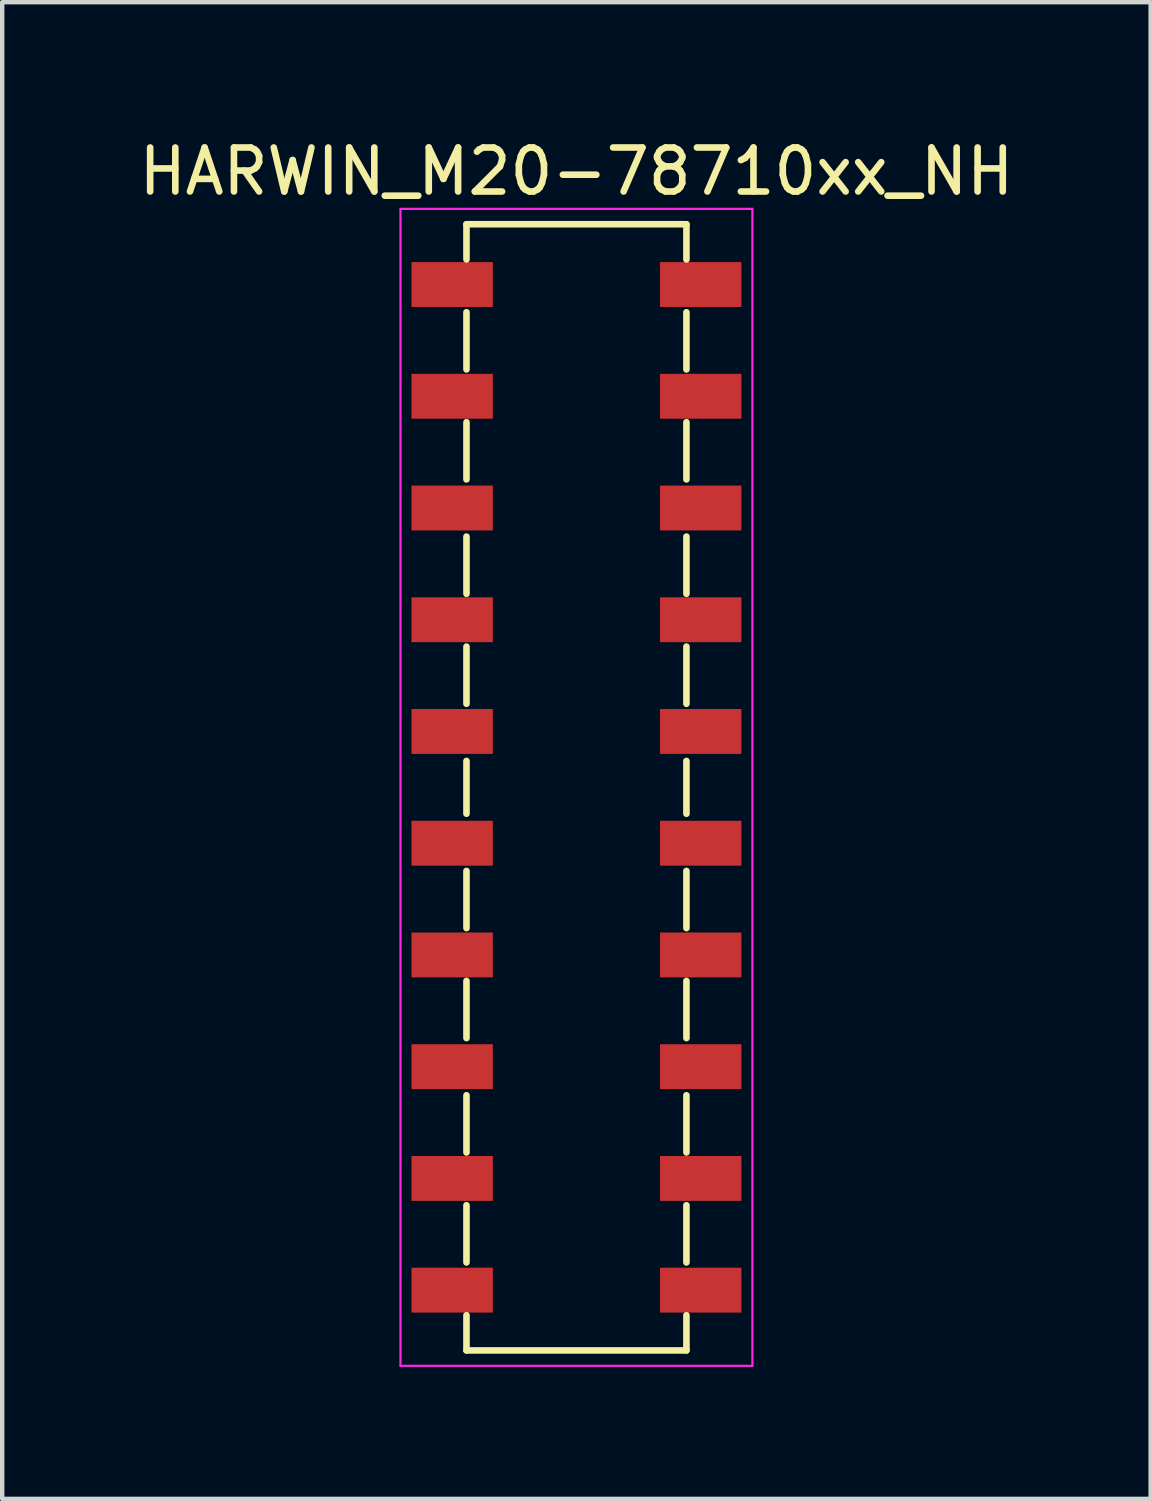
<source format=kicad_pcb>
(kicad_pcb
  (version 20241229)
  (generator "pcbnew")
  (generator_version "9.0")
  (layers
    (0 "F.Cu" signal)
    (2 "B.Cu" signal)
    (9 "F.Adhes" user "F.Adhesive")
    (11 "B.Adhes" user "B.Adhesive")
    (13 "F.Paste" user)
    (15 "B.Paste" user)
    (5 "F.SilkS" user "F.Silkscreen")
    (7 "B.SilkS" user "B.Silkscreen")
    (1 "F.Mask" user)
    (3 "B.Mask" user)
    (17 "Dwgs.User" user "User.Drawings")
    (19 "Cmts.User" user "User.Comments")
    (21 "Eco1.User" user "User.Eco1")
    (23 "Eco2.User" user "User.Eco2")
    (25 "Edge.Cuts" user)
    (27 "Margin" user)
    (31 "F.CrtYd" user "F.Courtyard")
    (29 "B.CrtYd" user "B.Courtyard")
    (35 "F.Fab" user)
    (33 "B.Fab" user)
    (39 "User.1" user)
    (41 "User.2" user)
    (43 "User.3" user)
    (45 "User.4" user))
  (footprint "HARWIN_M20-78710xx_NH"
    (layer "F.Cu")
    (at 10.054 14.848)
    (property "Reference" "HARWIN_M20-78710xx_NH" (at 0 -14 0) (layer "F.SilkS") (effects (font (size 1 1) (thickness 0.15))))
    (attr through_hole)
    (fp_line (start -2.5 -12.8) (end 2.5 -12.8) (stroke (width 0.15) (type solid)) (layer "F.SilkS"))
    (fp_line (start -2.5 -12) (end -2.5 -12.8) (stroke (width 0.15) (type solid)) (layer "F.SilkS"))
    (fp_line (start -2.5 -10.8) (end -2.5 -9.5) (stroke (width 0.15) (type solid)) (layer "F.SilkS"))
    (fp_line (start -2.5 -8.3) (end -2.5 -7) (stroke (width 0.15) (type solid)) (layer "F.SilkS"))
    (fp_line (start -2.5 -5.7) (end -2.5 -4.4) (stroke (width 0.15) (type solid)) (layer "F.SilkS"))
    (fp_line (start -2.5 -3.2) (end -2.5 -1.9) (stroke (width 0.15) (type solid)) (layer "F.SilkS"))
    (fp_line (start -2.5 -0.6) (end -2.5 0.6) (stroke (width 0.15) (type solid)) (layer "F.SilkS"))
    (fp_line (start -2.5 1.9) (end -2.5 3.2) (stroke (width 0.15) (type solid)) (layer "F.SilkS"))
    (fp_line (start -2.5 4.4) (end -2.5 5.7) (stroke (width 0.15) (type solid)) (layer "F.SilkS"))
    (fp_line (start -2.5 7) (end -2.5 8.3) (stroke (width 0.15) (type solid)) (layer "F.SilkS"))
    (fp_line (start -2.5 9.5) (end -2.5 10.8) (stroke (width 0.15) (type solid)) (layer "F.SilkS"))
    (fp_line (start -2.5 12) (end -2.5 12.8) (stroke (width 0.15) (type solid)) (layer "F.SilkS"))
    (fp_line (start -2.5 12.8) (end 2.5 12.8) (stroke (width 0.15) (type solid)) (layer "F.SilkS"))
    (fp_line (start 2.5 -12.8) (end 2.5 -12) (stroke (width 0.15) (type solid)) (layer "F.SilkS"))
    (fp_line (start 2.5 -10.8) (end 2.5 -9.5) (stroke (width 0.15) (type solid)) (layer "F.SilkS"))
    (fp_line (start 2.5 -8.3) (end 2.5 -7) (stroke (width 0.15) (type solid)) (layer "F.SilkS"))
    (fp_line (start 2.5 -5.7) (end 2.5 -4.4) (stroke (width 0.15) (type solid)) (layer "F.SilkS"))
    (fp_line (start 2.5 -3.2) (end 2.5 -1.9) (stroke (width 0.15) (type solid)) (layer "F.SilkS"))
    (fp_line (start 2.5 -0.6) (end 2.5 0.6) (stroke (width 0.15) (type solid)) (layer "F.SilkS"))
    (fp_line (start 2.5 1.9) (end 2.5 3.2) (stroke (width 0.15) (type solid)) (layer "F.SilkS"))
    (fp_line (start 2.5 4.4) (end 2.5 5.7) (stroke (width 0.15) (type solid)) (layer "F.SilkS"))
    (fp_line (start 2.5 7) (end 2.5 8.3) (stroke (width 0.15) (type solid)) (layer "F.SilkS"))
    (fp_line (start 2.5 9.5) (end 2.5 10.8) (stroke (width 0.15) (type solid)) (layer "F.SilkS"))
    (fp_line (start 2.5 12.8) (end 2.5 12) (stroke (width 0.15) (type solid)) (layer "F.SilkS"))
    (fp_line (start -4 -13.15) (end -4 13.15) (stroke (width 0.05) (type solid)) (layer "F.CrtYd"))
    (fp_line (start -4 13.15) (end 4 13.15) (stroke (width 0.05) (type solid)) (layer "F.CrtYd"))
    (fp_line (start 4 -13.15) (end -4 -13.15) (stroke (width 0.05) (type solid)) (layer "F.CrtYd"))
    (fp_line (start 4 13.15) (end 4 -13.15) (stroke (width 0.05) (type solid)) (layer "F.CrtYd"))
    (pad "1" smd rect (at -2.825 -11.43) (size 1.85 1.02) (layers "F.Cu" "F.Mask" "F.Paste"))
    (pad "2" smd rect (at 2.825 -11.43) (size 1.85 1.02) (layers "F.Cu" "F.Mask" "F.Paste"))
    (pad "3" smd rect (at -2.825 -8.89) (size 1.85 1.02) (layers "F.Cu" "F.Mask" "F.Paste"))
    (pad "4" smd rect (at 2.825 -8.89) (size 1.85 1.02) (layers "F.Cu" "F.Mask" "F.Paste"))
    (pad "5" smd rect (at -2.825 -6.35) (size 1.85 1.02) (layers "F.Cu" "F.Mask" "F.Paste"))
    (pad "6" smd rect (at 2.825 -6.35) (size 1.85 1.02) (layers "F.Cu" "F.Mask" "F.Paste"))
    (pad "7" smd rect (at -2.825 -3.81) (size 1.85 1.02) (layers "F.Cu" "F.Mask" "F.Paste"))
    (pad "8" smd rect (at 2.825 -3.81) (size 1.85 1.02) (layers "F.Cu" "F.Mask" "F.Paste"))
    (pad "9" smd rect (at -2.825 -1.27) (size 1.85 1.02) (layers "F.Cu" "F.Mask" "F.Paste"))
    (pad "10" smd rect (at 2.825 -1.27) (size 1.85 1.02) (layers "F.Cu" "F.Mask" "F.Paste"))
    (pad "11" smd rect (at -2.825 1.27) (size 1.85 1.02) (layers "F.Cu" "F.Mask" "F.Paste"))
    (pad "12" smd rect (at 2.825 1.27) (size 1.85 1.02) (layers "F.Cu" "F.Mask" "F.Paste"))
    (pad "13" smd rect (at -2.825 3.81) (size 1.85 1.02) (layers "F.Cu" "F.Mask" "F.Paste"))
    (pad "14" smd rect (at 2.825 3.81) (size 1.85 1.02) (layers "F.Cu" "F.Mask" "F.Paste"))
    (pad "15" smd rect (at -2.825 6.35) (size 1.85 1.02) (layers "F.Cu" "F.Mask" "F.Paste"))
    (pad "16" smd rect (at 2.825 6.35) (size 1.85 1.02) (layers "F.Cu" "F.Mask" "F.Paste"))
    (pad "17" smd rect (at -2.825 8.89) (size 1.85 1.02) (layers "F.Cu" "F.Mask" "F.Paste"))
    (pad "18" smd rect (at 2.825 8.89) (size 1.85 1.02) (layers "F.Cu" "F.Mask" "F.Paste"))
    (pad "19" smd rect (at -2.825 11.43) (size 1.85 1.02) (layers "F.Cu" "F.Mask" "F.Paste"))
    (pad "20" smd rect (at 2.825 11.43) (size 1.85 1.02) (layers "F.Cu" "F.Mask" "F.Paste")))
  (gr_rect
    (start -3 -3)
    (end 23.107 31.023)
    (stroke (width 0.1) (type default))
    (fill no)
    (layer "Edge.Cuts")))
</source>
